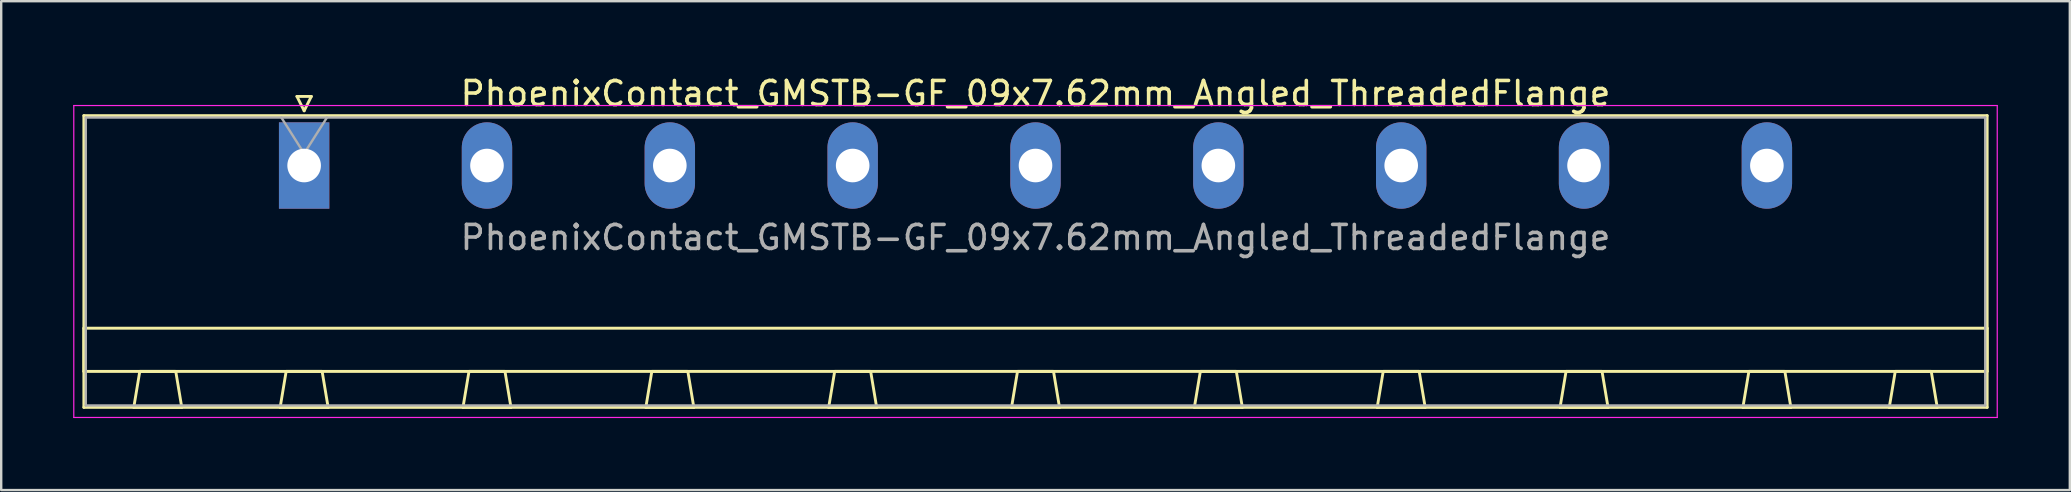
<source format=kicad_pcb>
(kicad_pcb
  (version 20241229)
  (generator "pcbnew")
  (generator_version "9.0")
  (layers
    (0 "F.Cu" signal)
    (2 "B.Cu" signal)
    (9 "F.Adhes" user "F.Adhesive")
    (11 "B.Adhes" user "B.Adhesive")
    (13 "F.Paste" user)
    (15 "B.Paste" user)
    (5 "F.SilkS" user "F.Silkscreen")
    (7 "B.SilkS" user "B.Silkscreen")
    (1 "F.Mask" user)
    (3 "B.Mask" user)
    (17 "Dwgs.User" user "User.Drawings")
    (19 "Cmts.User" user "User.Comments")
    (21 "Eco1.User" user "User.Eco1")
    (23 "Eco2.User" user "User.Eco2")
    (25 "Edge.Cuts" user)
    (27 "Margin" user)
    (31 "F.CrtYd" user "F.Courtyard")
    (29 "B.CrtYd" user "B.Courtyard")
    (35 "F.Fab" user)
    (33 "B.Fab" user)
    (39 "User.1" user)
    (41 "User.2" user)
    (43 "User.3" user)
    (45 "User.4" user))
  (footprint "PhoenixContact_GMSTB-GF_09x7.62mm_Angled_ThreadedFlange"
    (layer "F.Cu")
    (at 9.625 3.848)
    (property "Reference" "PhoenixContact_GMSTB-GF_09x7.62mm_Angled_ThreadedFlange" (at 30.48 -3 0) (layer "F.SilkS") (effects (font (size 1 1) (thickness 0.15))))
    (attr through_hole)
    (fp_line (start -9.18 -2.08) (end -9.18 10.08) (stroke (width 0.12) (type solid)) (layer "F.SilkS"))
    (fp_line (start -9.18 6.78) (end 70.14 6.78) (stroke (width 0.12) (type solid)) (layer "F.SilkS"))
    (fp_line (start -9.18 8.58) (end -9.18 6.78) (stroke (width 0.12) (type solid)) (layer "F.SilkS"))
    (fp_line (start -9.18 10.08) (end 70.14 10.08) (stroke (width 0.12) (type solid)) (layer "F.SilkS"))
    (fp_line (start -7.1 10.08) (end -5.1 10.08) (stroke (width 0.12) (type solid)) (layer "F.SilkS"))
    (fp_line (start -6.85 8.58) (end -7.1 10.08) (stroke (width 0.12) (type solid)) (layer "F.SilkS"))
    (fp_line (start -5.35 8.58) (end -6.85 8.58) (stroke (width 0.12) (type solid)) (layer "F.SilkS"))
    (fp_line (start -5.1 10.08) (end -5.35 8.58) (stroke (width 0.12) (type solid)) (layer "F.SilkS"))
    (fp_line (start -1 10.08) (end 1 10.08) (stroke (width 0.12) (type solid)) (layer "F.SilkS"))
    (fp_line (start -0.75 8.58) (end -1 10.08) (stroke (width 0.12) (type solid)) (layer "F.SilkS"))
    (fp_line (start -0.3 -2.88) (end 0.3 -2.88) (stroke (width 0.12) (type solid)) (layer "F.SilkS"))
    (fp_line (start 0 -2.28) (end -0.3 -2.88) (stroke (width 0.12) (type solid)) (layer "F.SilkS"))
    (fp_line (start 0.3 -2.88) (end 0 -2.28) (stroke (width 0.12) (type solid)) (layer "F.SilkS"))
    (fp_line (start 0.75 8.58) (end -0.75 8.58) (stroke (width 0.12) (type solid)) (layer "F.SilkS"))
    (fp_line (start 1 10.08) (end 0.75 8.58) (stroke (width 0.12) (type solid)) (layer "F.SilkS"))
    (fp_line (start 6.62 10.08) (end 8.62 10.08) (stroke (width 0.12) (type solid)) (layer "F.SilkS"))
    (fp_line (start 6.87 8.58) (end 6.62 10.08) (stroke (width 0.12) (type solid)) (layer "F.SilkS"))
    (fp_line (start 8.37 8.58) (end 6.87 8.58) (stroke (width 0.12) (type solid)) (layer "F.SilkS"))
    (fp_line (start 8.62 10.08) (end 8.37 8.58) (stroke (width 0.12) (type solid)) (layer "F.SilkS"))
    (fp_line (start 14.24 10.08) (end 16.24 10.08) (stroke (width 0.12) (type solid)) (layer "F.SilkS"))
    (fp_line (start 14.49 8.58) (end 14.24 10.08) (stroke (width 0.12) (type solid)) (layer "F.SilkS"))
    (fp_line (start 15.99 8.58) (end 14.49 8.58) (stroke (width 0.12) (type solid)) (layer "F.SilkS"))
    (fp_line (start 16.24 10.08) (end 15.99 8.58) (stroke (width 0.12) (type solid)) (layer "F.SilkS"))
    (fp_line (start 21.86 10.08) (end 23.86 10.08) (stroke (width 0.12) (type solid)) (layer "F.SilkS"))
    (fp_line (start 22.11 8.58) (end 21.86 10.08) (stroke (width 0.12) (type solid)) (layer "F.SilkS"))
    (fp_line (start 23.61 8.58) (end 22.11 8.58) (stroke (width 0.12) (type solid)) (layer "F.SilkS"))
    (fp_line (start 23.86 10.08) (end 23.61 8.58) (stroke (width 0.12) (type solid)) (layer "F.SilkS"))
    (fp_line (start 29.48 10.08) (end 31.48 10.08) (stroke (width 0.12) (type solid)) (layer "F.SilkS"))
    (fp_line (start 29.73 8.58) (end 29.48 10.08) (stroke (width 0.12) (type solid)) (layer "F.SilkS"))
    (fp_line (start 31.23 8.58) (end 29.73 8.58) (stroke (width 0.12) (type solid)) (layer "F.SilkS"))
    (fp_line (start 31.48 10.08) (end 31.23 8.58) (stroke (width 0.12) (type solid)) (layer "F.SilkS"))
    (fp_line (start 37.1 10.08) (end 39.1 10.08) (stroke (width 0.12) (type solid)) (layer "F.SilkS"))
    (fp_line (start 37.35 8.58) (end 37.1 10.08) (stroke (width 0.12) (type solid)) (layer "F.SilkS"))
    (fp_line (start 38.85 8.58) (end 37.35 8.58) (stroke (width 0.12) (type solid)) (layer "F.SilkS"))
    (fp_line (start 39.1 10.08) (end 38.85 8.58) (stroke (width 0.12) (type solid)) (layer "F.SilkS"))
    (fp_line (start 44.72 10.08) (end 46.72 10.08) (stroke (width 0.12) (type solid)) (layer "F.SilkS"))
    (fp_line (start 44.97 8.58) (end 44.72 10.08) (stroke (width 0.12) (type solid)) (layer "F.SilkS"))
    (fp_line (start 46.47 8.58) (end 44.97 8.58) (stroke (width 0.12) (type solid)) (layer "F.SilkS"))
    (fp_line (start 46.72 10.08) (end 46.47 8.58) (stroke (width 0.12) (type solid)) (layer "F.SilkS"))
    (fp_line (start 52.34 10.08) (end 54.34 10.08) (stroke (width 0.12) (type solid)) (layer "F.SilkS"))
    (fp_line (start 52.59 8.58) (end 52.34 10.08) (stroke (width 0.12) (type solid)) (layer "F.SilkS"))
    (fp_line (start 54.09 8.58) (end 52.59 8.58) (stroke (width 0.12) (type solid)) (layer "F.SilkS"))
    (fp_line (start 54.34 10.08) (end 54.09 8.58) (stroke (width 0.12) (type solid)) (layer "F.SilkS"))
    (fp_line (start 59.96 10.08) (end 61.96 10.08) (stroke (width 0.12) (type solid)) (layer "F.SilkS"))
    (fp_line (start 60.21 8.58) (end 59.96 10.08) (stroke (width 0.12) (type solid)) (layer "F.SilkS"))
    (fp_line (start 61.71 8.58) (end 60.21 8.58) (stroke (width 0.12) (type solid)) (layer "F.SilkS"))
    (fp_line (start 61.96 10.08) (end 61.71 8.58) (stroke (width 0.12) (type solid)) (layer "F.SilkS"))
    (fp_line (start 66.06 10.08) (end 68.06 10.08) (stroke (width 0.12) (type solid)) (layer "F.SilkS"))
    (fp_line (start 66.31 8.58) (end 66.06 10.08) (stroke (width 0.12) (type solid)) (layer "F.SilkS"))
    (fp_line (start 67.81 8.58) (end 66.31 8.58) (stroke (width 0.12) (type solid)) (layer "F.SilkS"))
    (fp_line (start 68.06 10.08) (end 67.81 8.58) (stroke (width 0.12) (type solid)) (layer "F.SilkS"))
    (fp_line (start 70.14 -2.08) (end -9.18 -2.08) (stroke (width 0.12) (type solid)) (layer "F.SilkS"))
    (fp_line (start 70.14 6.78) (end 70.14 8.58) (stroke (width 0.12) (type solid)) (layer "F.SilkS"))
    (fp_line (start 70.14 8.58) (end -9.18 8.58) (stroke (width 0.12) (type solid)) (layer "F.SilkS"))
    (fp_line (start 70.14 10.08) (end 70.14 -2.08) (stroke (width 0.12) (type solid)) (layer "F.SilkS"))
    (fp_line (start -9.6 -2.5) (end -9.6 10.5) (stroke (width 0.05) (type solid)) (layer "F.CrtYd"))
    (fp_line (start -9.6 10.5) (end 70.56 10.5) (stroke (width 0.05) (type solid)) (layer "F.CrtYd"))
    (fp_line (start 70.56 -2.5) (end -9.6 -2.5) (stroke (width 0.05) (type solid)) (layer "F.CrtYd"))
    (fp_line (start 70.56 10.5) (end 70.56 -2.5) (stroke (width 0.05) (type solid)) (layer "F.CrtYd"))
    (fp_line (start -9.1 -2) (end -9.1 10) (stroke (width 0.1) (type solid)) (layer "F.Fab"))
    (fp_line (start -9.1 10) (end 70.06 10) (stroke (width 0.1) (type solid)) (layer "F.Fab"))
    (fp_line (start 0 -0.5) (end -0.95 -2) (stroke (width 0.1) (type solid)) (layer "F.Fab"))
    (fp_line (start 0.95 -2) (end 0 -0.5) (stroke (width 0.1) (type solid)) (layer "F.Fab"))
    (fp_line (start 70.06 -2) (end -9.1 -2) (stroke (width 0.1) (type solid)) (layer "F.Fab"))
    (fp_line (start 70.06 10) (end 70.06 -2) (stroke (width 0.1) (type solid)) (layer "F.Fab"))
    (fp_text user "${REFERENCE}" (at 30.48 3 0) (layer "F.Fab") (effects (font (size 1 1) (thickness 0.15))))
    (pad "1" thru_hole rect (at 0 0) (size 2.1 3.6) (drill 1.4) (layers "*.Cu" "*.Mask"))
    (pad "2" thru_hole oval (at 7.62 0) (size 2.1 3.6) (drill 1.4) (layers "*.Cu" "*.Mask"))
    (pad "3" thru_hole oval (at 15.24 0) (size 2.1 3.6) (drill 1.4) (layers "*.Cu" "*.Mask"))
    (pad "4" thru_hole oval (at 22.86 0) (size 2.1 3.6) (drill 1.4) (layers "*.Cu" "*.Mask"))
    (pad "5" thru_hole oval (at 30.48 0) (size 2.1 3.6) (drill 1.4) (layers "*.Cu" "*.Mask"))
    (pad "6" thru_hole oval (at 38.1 0) (size 2.1 3.6) (drill 1.4) (layers "*.Cu" "*.Mask"))
    (pad "7" thru_hole oval (at 45.72 0) (size 2.1 3.6) (drill 1.4) (layers "*.Cu" "*.Mask"))
    (pad "8" thru_hole oval (at 53.34 0) (size 2.1 3.6) (drill 1.4) (layers "*.Cu" "*.Mask"))
    (pad "9" thru_hole oval (at 60.96 0) (size 2.1 3.6) (drill 1.4) (layers "*.Cu" "*.Mask")))
  (gr_rect
    (start -3 -3)
    (end 83.21 17.373)
    (stroke (width 0.1) (type default))
    (fill no)
    (layer "Edge.Cuts")))
</source>
